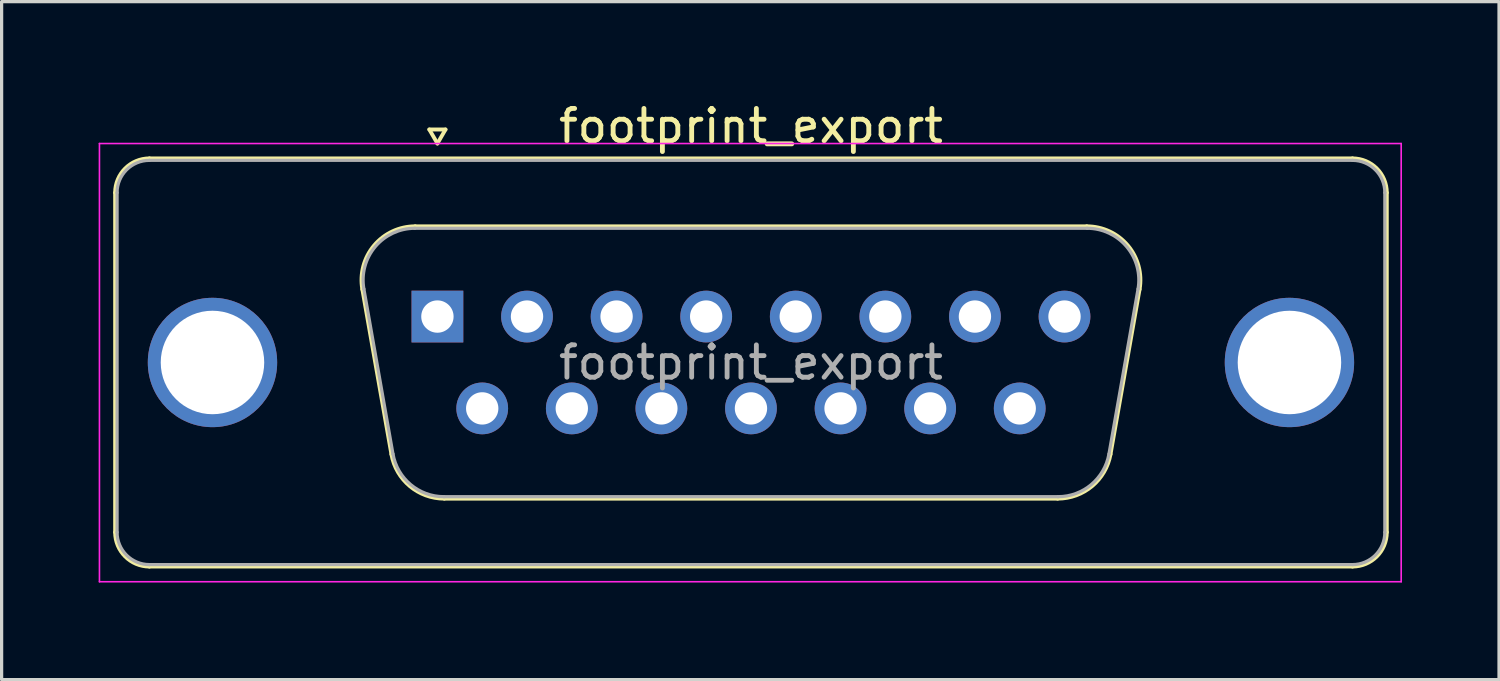
<source format=kicad_pcb>
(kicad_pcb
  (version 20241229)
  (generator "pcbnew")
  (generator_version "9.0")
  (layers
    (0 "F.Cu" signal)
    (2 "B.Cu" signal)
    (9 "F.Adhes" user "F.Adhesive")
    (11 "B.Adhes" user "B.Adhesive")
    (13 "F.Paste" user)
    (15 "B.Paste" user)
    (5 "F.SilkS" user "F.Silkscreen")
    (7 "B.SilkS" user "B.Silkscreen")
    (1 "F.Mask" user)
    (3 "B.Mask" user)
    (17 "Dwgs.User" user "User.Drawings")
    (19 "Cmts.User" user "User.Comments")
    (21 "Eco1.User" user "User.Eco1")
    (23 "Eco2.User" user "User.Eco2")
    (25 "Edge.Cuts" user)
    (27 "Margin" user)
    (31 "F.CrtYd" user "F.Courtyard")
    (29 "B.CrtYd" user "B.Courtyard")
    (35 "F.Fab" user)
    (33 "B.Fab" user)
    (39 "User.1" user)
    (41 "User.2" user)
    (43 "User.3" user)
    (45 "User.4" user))
  (footprint "footprint_export"
    (layer "F.Cu")
    (at 10.475 6.738)
    (property "Reference" "footprint_export" (at 9.695 -5.89 0) (layer "F.SilkS") (effects (font (size 1 1) (thickness 0.15))))
    (attr through_hole)
    (fp_line (start -9.965 6.67) (end -9.965 -3.83) (stroke (width 0.12) (type solid)) (layer "F.SilkS"))
    (fp_line (start -8.905 -4.89) (end 28.295 -4.89) (stroke (width 0.12) (type solid)) (layer "F.SilkS"))
    (fp_line (start -2.321 -0.842) (end -1.422 4.258) (stroke (width 0.12) (type solid)) (layer "F.SilkS"))
    (fp_line (start -0.687 -2.79) (end 20.077 -2.79) (stroke (width 0.12) (type solid)) (layer "F.SilkS"))
    (fp_line (start -0.25 -5.784) (end 0.25 -5.784) (stroke (width 0.12) (type solid)) (layer "F.SilkS"))
    (fp_line (start 0 -5.351) (end -0.25 -5.784) (stroke (width 0.12) (type solid)) (layer "F.SilkS"))
    (fp_line (start 0.213 5.63) (end 19.177 5.63) (stroke (width 0.12) (type solid)) (layer "F.SilkS"))
    (fp_line (start 0.25 -5.784) (end 0 -5.351) (stroke (width 0.12) (type solid)) (layer "F.SilkS"))
    (fp_line (start 21.711 -0.842) (end 20.812 4.258) (stroke (width 0.12) (type solid)) (layer "F.SilkS"))
    (fp_line (start 28.295 7.73) (end -8.905 7.73) (stroke (width 0.12) (type solid)) (layer "F.SilkS"))
    (fp_line (start 29.355 -3.83) (end 29.355 6.67) (stroke (width 0.12) (type solid)) (layer "F.SilkS"))
    (fp_arc (start -9.965 -3.83) (mid -9.654533 -4.579533) (end -8.905 -4.89) (stroke (width 0.12) (type solid)) (layer "F.SilkS"))
    (fp_arc (start -8.905 7.73) (mid -9.654533 7.419533) (end -9.965 6.67) (stroke (width 0.12) (type solid)) (layer "F.SilkS"))
    (fp_arc (start -2.32147 -0.841744) (mid -1.958323 -2.197028) (end -0.686689 -2.79) (stroke (width 0.12) (type solid)) (layer "F.SilkS"))
    (fp_arc (start 0.212579 5.63) (mid -0.854448 5.241634) (end -1.422202 4.258256) (stroke (width 0.12) (type solid)) (layer "F.SilkS"))
    (fp_arc (start 20.076689 -2.79) (mid 21.348323 -2.197027) (end 21.71147 -0.841744) (stroke (width 0.12) (type solid)) (layer "F.SilkS"))
    (fp_arc (start 20.812202 4.258256) (mid 20.244449 5.241634) (end 19.177421 5.63) (stroke (width 0.12) (type solid)) (layer "F.SilkS"))
    (fp_arc (start 28.295 -4.89) (mid 29.044533 -4.579533) (end 29.355 -3.83) (stroke (width 0.12) (type solid)) (layer "F.SilkS"))
    (fp_arc (start 29.355 6.67) (mid 29.044533 7.419533) (end 28.295 7.73) (stroke (width 0.12) (type solid)) (layer "F.SilkS"))
    (fp_line (start -10.45 -5.35) (end -10.45 8.2) (stroke (width 0.05) (type solid)) (layer "F.CrtYd"))
    (fp_line (start -10.45 8.2) (end 29.8 8.2) (stroke (width 0.05) (type solid)) (layer "F.CrtYd"))
    (fp_line (start 29.8 -5.35) (end -10.45 -5.35) (stroke (width 0.05) (type solid)) (layer "F.CrtYd"))
    (fp_line (start 29.8 8.2) (end 29.8 -5.35) (stroke (width 0.05) (type solid)) (layer "F.CrtYd"))
    (fp_line (start -9.905 6.67) (end -9.905 -3.83) (stroke (width 0.1) (type solid)) (layer "F.Fab"))
    (fp_line (start -8.905 -4.83) (end 28.295 -4.83) (stroke (width 0.1) (type solid)) (layer "F.Fab"))
    (fp_line (start -2.274 -0.852) (end -1.375 4.248) (stroke (width 0.1) (type solid)) (layer "F.Fab"))
    (fp_line (start -0.698 -2.73) (end 20.088 -2.73) (stroke (width 0.1) (type solid)) (layer "F.Fab"))
    (fp_line (start 0.201 5.57) (end 19.189 5.57) (stroke (width 0.1) (type solid)) (layer "F.Fab"))
    (fp_line (start 21.664 -0.852) (end 20.765 4.248) (stroke (width 0.1) (type solid)) (layer "F.Fab"))
    (fp_line (start 28.295 7.67) (end -8.905 7.67) (stroke (width 0.1) (type solid)) (layer "F.Fab"))
    (fp_line (start 29.295 -3.83) (end 29.295 6.67) (stroke (width 0.1) (type solid)) (layer "F.Fab"))
    (fp_arc (start -9.905 -3.83) (mid -9.612107 -4.537107) (end -8.905 -4.83) (stroke (width 0.1) (type solid)) (layer "F.Fab"))
    (fp_arc (start -8.905 7.67) (mid -9.612107 7.377107) (end -9.905 6.67) (stroke (width 0.1) (type solid)) (layer "F.Fab"))
    (fp_arc (start -2.273886 -0.852163) (mid -1.923865 -2.15846) (end -0.698194 -2.73) (stroke (width 0.1) (type solid)) (layer "F.Fab"))
    (fp_arc (start 0.201073 5.57) (mid -0.827387 5.195671) (end -1.374619 4.247837) (stroke (width 0.1) (type solid)) (layer "F.Fab"))
    (fp_arc (start 20.088194 -2.73) (mid 21.313865 -2.15846) (end 21.663886 -0.852163) (stroke (width 0.1) (type solid)) (layer "F.Fab"))
    (fp_arc (start 20.764619 4.247837) (mid 20.217387 5.195671) (end 19.188927 5.57) (stroke (width 0.1) (type solid)) (layer "F.Fab"))
    (fp_arc (start 28.295 -4.83) (mid 29.002107 -4.537107) (end 29.295 -3.83) (stroke (width 0.1) (type solid)) (layer "F.Fab"))
    (fp_arc (start 29.295 6.67) (mid 29.002107 7.377107) (end 28.295 7.67) (stroke (width 0.1) (type solid)) (layer "F.Fab"))
    (fp_text user "${REFERENCE}" (at 9.695 1.42 0) (layer "F.Fab") (effects (font (size 1 1) (thickness 0.15))))
    (pad "0" thru_hole circle (at -6.955 1.42) (size 4 4) (drill 3.2) (layers "*.Cu" "*.Mask"))
    (pad "0" thru_hole circle (at 26.345 1.42) (size 4 4) (drill 3.2) (layers "*.Cu" "*.Mask"))
    (pad "1" thru_hole rect (at 0 0) (size 1.6 1.6) (drill 1) (layers "*.Cu" "*.Mask"))
    (pad "2" thru_hole circle (at 2.77 0) (size 1.6 1.6) (drill 1) (layers "*.Cu" "*.Mask"))
    (pad "3" thru_hole circle (at 5.54 0) (size 1.6 1.6) (drill 1) (layers "*.Cu" "*.Mask"))
    (pad "4" thru_hole circle (at 8.31 0) (size 1.6 1.6) (drill 1) (layers "*.Cu" "*.Mask"))
    (pad "5" thru_hole circle (at 11.08 0) (size 1.6 1.6) (drill 1) (layers "*.Cu" "*.Mask"))
    (pad "6" thru_hole circle (at 13.85 0) (size 1.6 1.6) (drill 1) (layers "*.Cu" "*.Mask"))
    (pad "7" thru_hole circle (at 16.62 0) (size 1.6 1.6) (drill 1) (layers "*.Cu" "*.Mask"))
    (pad "8" thru_hole circle (at 19.39 0) (size 1.6 1.6) (drill 1) (layers "*.Cu" "*.Mask"))
    (pad "9" thru_hole circle (at 1.385 2.84) (size 1.6 1.6) (drill 1) (layers "*.Cu" "*.Mask"))
    (pad "10" thru_hole circle (at 4.155 2.84) (size 1.6 1.6) (drill 1) (layers "*.Cu" "*.Mask"))
    (pad "11" thru_hole circle (at 6.925 2.84) (size 1.6 1.6) (drill 1) (layers "*.Cu" "*.Mask"))
    (pad "12" thru_hole circle (at 9.695 2.84) (size 1.6 1.6) (drill 1) (layers "*.Cu" "*.Mask"))
    (pad "13" thru_hole circle (at 12.465 2.84) (size 1.6 1.6) (drill 1) (layers "*.Cu" "*.Mask"))
    (pad "14" thru_hole circle (at 15.235 2.84) (size 1.6 1.6) (drill 1) (layers "*.Cu" "*.Mask"))
    (pad "15" thru_hole circle (at 18.005 2.84) (size 1.6 1.6) (drill 1) (layers "*.Cu" "*.Mask")))
  (gr_rect
    (start -3 -3)
    (end 43.3 17.963)
    (stroke (width 0.1) (type default))
    (fill no)
    (layer "Edge.Cuts")))
</source>
